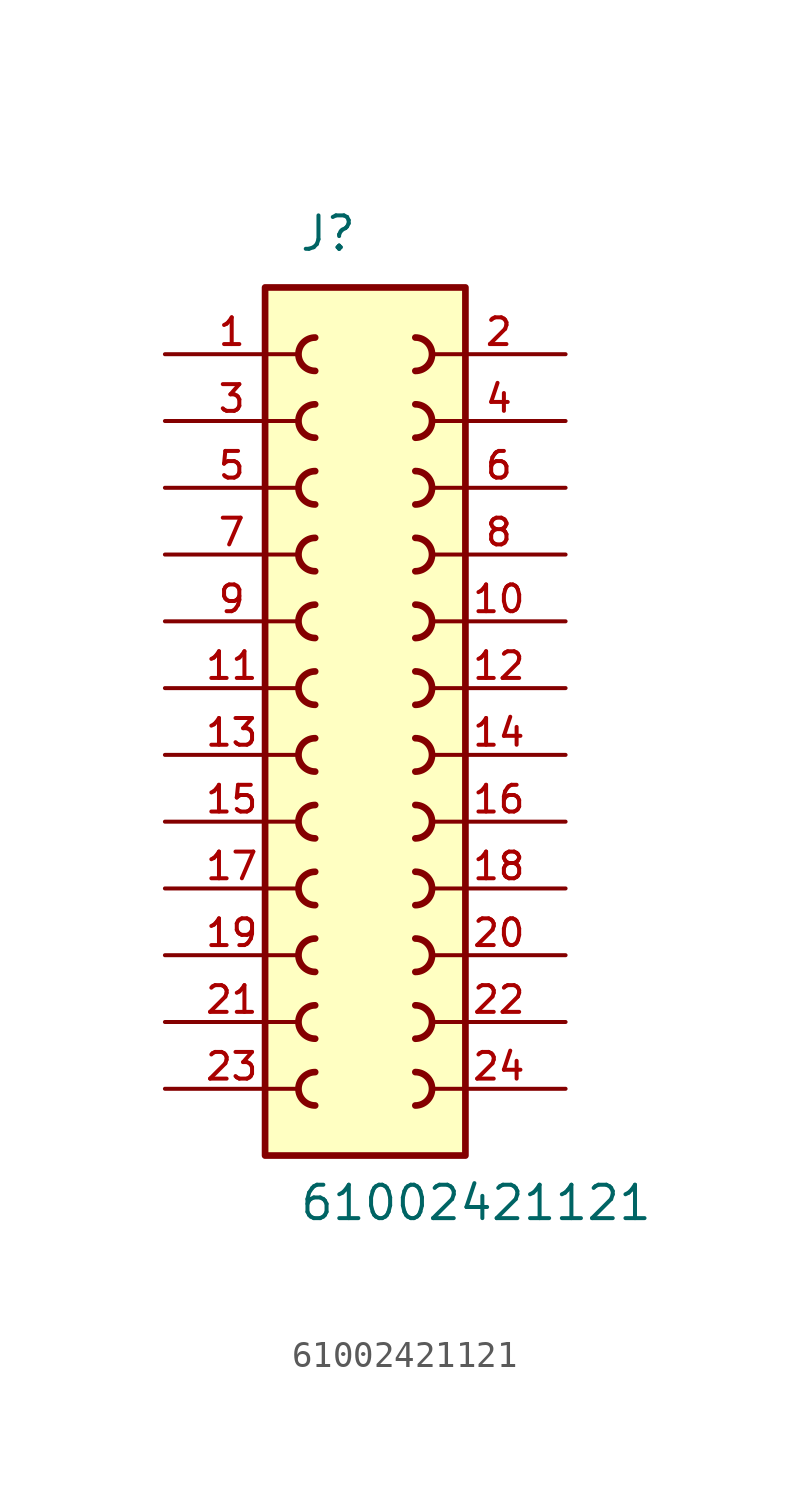
<source format=kicad_sym>
(kicad_symbol_lib
  (version 20211014)
  (generator kicad_symbol_editor)
  (symbol "61002421121"
    (pin_names
      (offset 1.016))
    (property "Reference" "J"
      (at -2.545 19.087 0)
      (effects (font (size 1.27 1.27)) (justify bottom left)))
    (property "Value" "61002421121"
      (at -2.54 -17.783 0)
      (effects (font (size 1.27 1.27)) (justify bottom left)))
    (symbol "61002421121_0_0"
      (arc (start -1.905 15.875) (mid -2.54 15.24) (end -1.905 14.605) (stroke (width 0.254) (type default) (color 0 0 0 0)) (fill (type none)))
      (arc (start 1.905 14.605) (mid 2.54 15.24) (end 1.905 15.875) (stroke (width 0.254) (type default) (color 0 0 0 0)) (fill (type none)))
      (arc (start -1.905 8.255) (mid -2.54 7.62) (end -1.905 6.985) (stroke (width 0.254) (type default) (color 0 0 0 0)) (fill (type none)))
      (arc (start -1.905 5.715) (mid -2.54 5.08) (end -1.905 4.445) (stroke (width 0.254) (type default) (color 0 0 0 0)) (fill (type none)))
      (arc (start -1.905 3.175) (mid -2.54 2.54) (end -1.905 1.905) (stroke (width 0.254) (type default) (color 0 0 0 0)) (fill (type none)))
      (arc (start -1.905 13.335) (mid -2.54 12.7) (end -1.905 12.065) (stroke (width 0.254) (type default) (color 0 0 0 0)) (fill (type none)))
      (arc (start -1.905 10.795) (mid -2.54 10.16) (end -1.905 9.525) (stroke (width 0.254) (type default) (color 0 0 0 0)) (fill (type none)))
      (arc (start 1.905 12.065) (mid 2.54 12.7) (end 1.905 13.335) (stroke (width 0.254) (type default) (color 0 0 0 0)) (fill (type none)))
      (arc (start 1.905 9.525) (mid 2.54 10.16) (end 1.905 10.795) (stroke (width 0.254) (type default) (color 0 0 0 0)) (fill (type none)))
      (arc (start 1.905 6.985) (mid 2.54 7.62) (end 1.905 8.255) (stroke (width 0.254) (type default) (color 0 0 0 0)) (fill (type none)))
      (arc (start 1.905 4.445) (mid 2.54 5.08) (end 1.905 5.715) (stroke (width 0.254) (type default) (color 0 0 0 0)) (fill (type none)))
      (arc (start 1.905 1.905) (mid 2.54 2.54) (end 1.905 3.175) (stroke (width 0.254) (type default) (color 0 0 0 0)) (fill (type none)))
      (arc (start -1.905 0.635) (mid -2.54 -0.0) (end -1.905 -0.635) (stroke (width 0.254) (type default) (color 0 0 0 0)) (fill (type none)))
      (arc (start 1.905 -0.635) (mid 2.54 0.0) (end 1.905 0.635) (stroke (width 0.254) (type default) (color 0 0 0 0)) (fill (type none)))
      (arc (start -1.905 -1.905) (mid -2.54 -2.54) (end -1.905 -3.175) (stroke (width 0.254) (type default) (color 0 0 0 0)) (fill (type none)))
      (arc (start 1.905 -3.175) (mid 2.54 -2.54) (end 1.905 -1.905) (stroke (width 0.254) (type default) (color 0 0 0 0)) (fill (type none)))
      (arc (start -1.905 -4.445) (mid -2.54 -5.08) (end -1.905 -5.715) (stroke (width 0.254) (type default) (color 0 0 0 0)) (fill (type none)))
      (arc (start 1.905 -5.715) (mid 2.54 -5.08) (end 1.905 -4.445) (stroke (width 0.254) (type default) (color 0 0 0 0)) (fill (type none)))
      (arc (start -1.905 -6.985) (mid -2.54 -7.62) (end -1.905 -8.255) (stroke (width 0.254) (type default) (color 0 0 0 0)) (fill (type none)))
      (arc (start 1.905 -8.255) (mid 2.54 -7.62) (end 1.905 -6.985) (stroke (width 0.254) (type default) (color 0 0 0 0)) (fill (type none)))
      (arc (start -1.905 -9.525) (mid -2.54 -10.16) (end -1.905 -10.795) (stroke (width 0.254) (type default) (color 0 0 0 0)) (fill (type none)))
      (arc (start 1.905 -10.795) (mid 2.54 -10.16) (end 1.905 -9.525) (stroke (width 0.254) (type default) (color 0 0 0 0)) (fill (type none)))
      (arc (start -1.905 -12.065) (mid -2.54 -12.7) (end -1.905 -13.335) (stroke (width 0.254) (type default) (color 0 0 0 0)) (fill (type none)))
      (arc (start 1.905 -13.335) (mid 2.54 -12.7) (end 1.905 -12.065) (stroke (width 0.254) (type default) (color 0 0 0 0)) (fill (type none)))
      (rectangle (start -3.81 -15.24) (end 3.81 17.78) (stroke (width 0.254)) (fill (type background)))
      (pin passive line (at -7.62 15.24 0) (length 5.08) (name "~" (effects (font (size 1.016 1.016)))) (number "1" (effects (font (size 1.016 1.016)))))
      (pin passive line (at -7.62 12.7 0) (length 5.08) (name "~" (effects (font (size 1.016 1.016)))) (number "3" (effects (font (size 1.016 1.016)))))
      (pin passive line (at -7.62 10.16 0) (length 5.08) (name "~" (effects (font (size 1.016 1.016)))) (number "5" (effects (font (size 1.016 1.016)))))
      (pin passive line (at -7.62 7.62 0) (length 5.08) (name "~" (effects (font (size 1.016 1.016)))) (number "7" (effects (font (size 1.016 1.016)))))
      (pin passive line (at -7.62 5.08 0) (length 5.08) (name "~" (effects (font (size 1.016 1.016)))) (number "9" (effects (font (size 1.016 1.016)))))
      (pin passive line (at -7.62 2.54 0) (length 5.08) (name "~" (effects (font (size 1.016 1.016)))) (number "11" (effects (font (size 1.016 1.016)))))
      (pin passive line (at 7.62 15.24 180.0) (length 5.08) (name "~" (effects (font (size 1.016 1.016)))) (number "2" (effects (font (size 1.016 1.016)))))
      (pin passive line (at 7.62 12.7 180.0) (length 5.08) (name "~" (effects (font (size 1.016 1.016)))) (number "4" (effects (font (size 1.016 1.016)))))
      (pin passive line (at 7.62 10.16 180.0) (length 5.08) (name "~" (effects (font (size 1.016 1.016)))) (number "6" (effects (font (size 1.016 1.016)))))
      (pin passive line (at 7.62 7.62 180.0) (length 5.08) (name "~" (effects (font (size 1.016 1.016)))) (number "8" (effects (font (size 1.016 1.016)))))
      (pin passive line (at 7.62 5.08 180.0) (length 5.08) (name "~" (effects (font (size 1.016 1.016)))) (number "10" (effects (font (size 1.016 1.016)))))
      (pin passive line (at 7.62 2.54 180.0) (length 5.08) (name "~" (effects (font (size 1.016 1.016)))) (number "12" (effects (font (size 1.016 1.016)))))
      (pin passive line (at -7.62 0.0 0) (length 5.08) (name "~" (effects (font (size 1.016 1.016)))) (number "13" (effects (font (size 1.016 1.016)))))
      (pin passive line (at 7.62 0.0 180.0) (length 5.08) (name "~" (effects (font (size 1.016 1.016)))) (number "14" (effects (font (size 1.016 1.016)))))
      (pin passive line (at -7.62 -2.54 0) (length 5.08) (name "~" (effects (font (size 1.016 1.016)))) (number "15" (effects (font (size 1.016 1.016)))))
      (pin passive line (at 7.62 -2.54 180.0) (length 5.08) (name "~" (effects (font (size 1.016 1.016)))) (number "16" (effects (font (size 1.016 1.016)))))
      (pin passive line (at -7.62 -5.08 0) (length 5.08) (name "~" (effects (font (size 1.016 1.016)))) (number "17" (effects (font (size 1.016 1.016)))))
      (pin passive line (at 7.62 -5.08 180.0) (length 5.08) (name "~" (effects (font (size 1.016 1.016)))) (number "18" (effects (font (size 1.016 1.016)))))
      (pin passive line (at -7.62 -7.62 0) (length 5.08) (name "~" (effects (font (size 1.016 1.016)))) (number "19" (effects (font (size 1.016 1.016)))))
      (pin passive line (at 7.62 -7.62 180.0) (length 5.08) (name "~" (effects (font (size 1.016 1.016)))) (number "20" (effects (font (size 1.016 1.016)))))
      (pin passive line (at -7.62 -10.16 0) (length 5.08) (name "~" (effects (font (size 1.016 1.016)))) (number "21" (effects (font (size 1.016 1.016)))))
      (pin passive line (at 7.62 -10.16 180.0) (length 5.08) (name "~" (effects (font (size 1.016 1.016)))) (number "22" (effects (font (size 1.016 1.016)))))
      (pin passive line (at -7.62 -12.7 0) (length 5.08) (name "~" (effects (font (size 1.016 1.016)))) (number "23" (effects (font (size 1.016 1.016)))))
      (pin passive line (at 7.62 -12.7 180.0) (length 5.08) (name "~" (effects (font (size 1.016 1.016)))) (number "24" (effects (font (size 1.016 1.016))))))))
</source>
